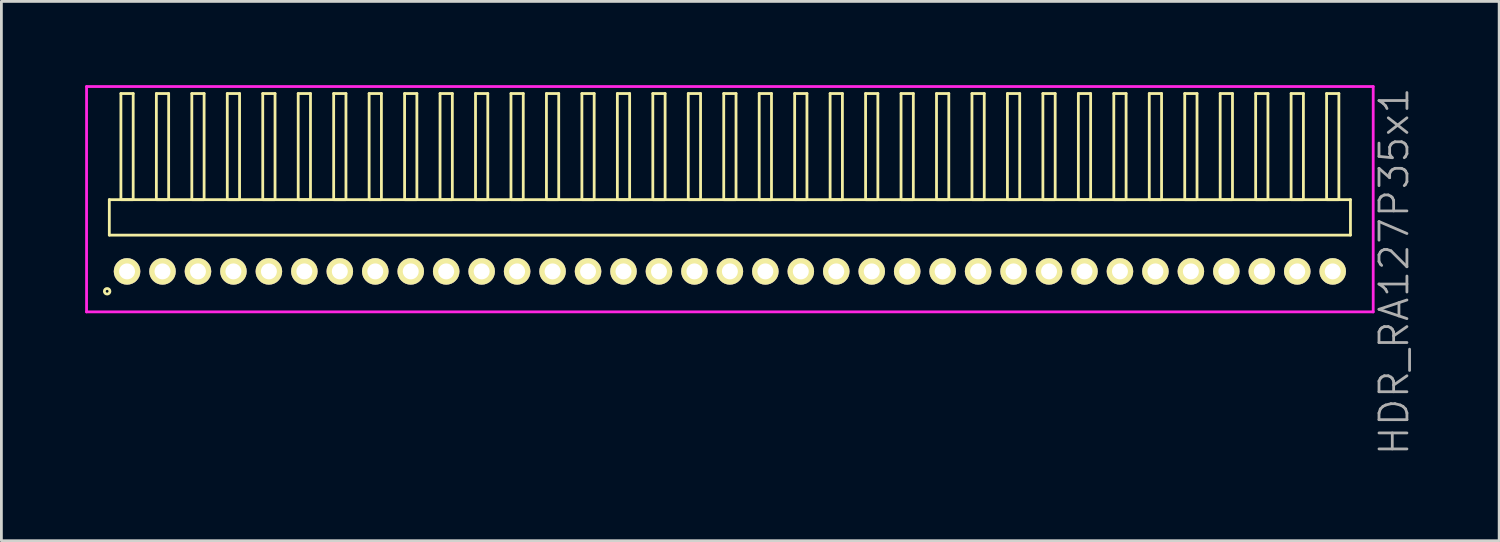
<source format=kicad_pcb>
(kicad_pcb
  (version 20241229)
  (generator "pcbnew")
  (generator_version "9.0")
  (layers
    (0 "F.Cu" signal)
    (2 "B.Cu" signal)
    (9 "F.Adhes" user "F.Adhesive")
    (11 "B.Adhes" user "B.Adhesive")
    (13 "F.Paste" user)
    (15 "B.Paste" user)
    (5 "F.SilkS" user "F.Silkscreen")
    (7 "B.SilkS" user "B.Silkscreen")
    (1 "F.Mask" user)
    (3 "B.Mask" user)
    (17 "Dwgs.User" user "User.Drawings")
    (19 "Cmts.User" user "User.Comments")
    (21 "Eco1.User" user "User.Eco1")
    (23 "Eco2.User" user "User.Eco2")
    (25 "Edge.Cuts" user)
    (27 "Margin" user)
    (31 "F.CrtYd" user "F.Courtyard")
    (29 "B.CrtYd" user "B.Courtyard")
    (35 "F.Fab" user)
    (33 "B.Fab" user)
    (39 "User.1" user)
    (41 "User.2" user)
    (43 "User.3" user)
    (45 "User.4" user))
  (footprint "HDR_RA127P35x1"
    (layer "F.Cu")
    (at 23.09 6.67)
    (property "Reference" "HDR_RA127P35x1" (at 23.79 0 90) (layer "F.Fab") (effects (font (size 1 1) (thickness 0.1))))
    (attr through_hole)
    (fp_line (start -22.225 -2.57) (end -22.225 -1.3) (stroke (width 0.1) (type solid)) (layer "F.SilkS"))
    (fp_line (start -22.225 -1.3) (end 22.225 -1.3) (stroke (width 0.1) (type solid)) (layer "F.SilkS"))
    (fp_line (start -21.81 -6.37) (end -21.81 -2.57) (stroke (width 0.1) (type solid)) (layer "F.SilkS"))
    (fp_line (start -21.81 -2.57) (end -21.37 -2.57) (stroke (width 0.1) (type solid)) (layer "F.SilkS"))
    (fp_line (start -21.37 -6.37) (end -21.81 -6.37) (stroke (width 0.1) (type solid)) (layer "F.SilkS"))
    (fp_line (start -21.37 -2.57) (end -21.37 -6.37) (stroke (width 0.1) (type solid)) (layer "F.SilkS"))
    (fp_line (start -20.54 -6.37) (end -20.54 -2.57) (stroke (width 0.1) (type solid)) (layer "F.SilkS"))
    (fp_line (start -20.54 -2.57) (end -20.1 -2.57) (stroke (width 0.1) (type solid)) (layer "F.SilkS"))
    (fp_line (start -20.1 -6.37) (end -20.54 -6.37) (stroke (width 0.1) (type solid)) (layer "F.SilkS"))
    (fp_line (start -20.1 -2.57) (end -20.1 -6.37) (stroke (width 0.1) (type solid)) (layer "F.SilkS"))
    (fp_line (start -19.27 -6.37) (end -19.27 -2.57) (stroke (width 0.1) (type solid)) (layer "F.SilkS"))
    (fp_line (start -19.27 -2.57) (end -18.83 -2.57) (stroke (width 0.1) (type solid)) (layer "F.SilkS"))
    (fp_line (start -18.83 -6.37) (end -19.27 -6.37) (stroke (width 0.1) (type solid)) (layer "F.SilkS"))
    (fp_line (start -18.83 -2.57) (end -18.83 -6.37) (stroke (width 0.1) (type solid)) (layer "F.SilkS"))
    (fp_line (start -18 -6.37) (end -18 -2.57) (stroke (width 0.1) (type solid)) (layer "F.SilkS"))
    (fp_line (start -18 -2.57) (end -17.56 -2.57) (stroke (width 0.1) (type solid)) (layer "F.SilkS"))
    (fp_line (start -17.56 -6.37) (end -18 -6.37) (stroke (width 0.1) (type solid)) (layer "F.SilkS"))
    (fp_line (start -17.56 -2.57) (end -17.56 -6.37) (stroke (width 0.1) (type solid)) (layer "F.SilkS"))
    (fp_line (start -16.73 -6.37) (end -16.73 -2.57) (stroke (width 0.1) (type solid)) (layer "F.SilkS"))
    (fp_line (start -16.73 -2.57) (end -16.29 -2.57) (stroke (width 0.1) (type solid)) (layer "F.SilkS"))
    (fp_line (start -16.29 -6.37) (end -16.73 -6.37) (stroke (width 0.1) (type solid)) (layer "F.SilkS"))
    (fp_line (start -16.29 -2.57) (end -16.29 -6.37) (stroke (width 0.1) (type solid)) (layer "F.SilkS"))
    (fp_line (start -15.46 -6.37) (end -15.46 -2.57) (stroke (width 0.1) (type solid)) (layer "F.SilkS"))
    (fp_line (start -15.46 -2.57) (end -15.02 -2.57) (stroke (width 0.1) (type solid)) (layer "F.SilkS"))
    (fp_line (start -15.02 -6.37) (end -15.46 -6.37) (stroke (width 0.1) (type solid)) (layer "F.SilkS"))
    (fp_line (start -15.02 -2.57) (end -15.02 -6.37) (stroke (width 0.1) (type solid)) (layer "F.SilkS"))
    (fp_line (start -14.19 -6.37) (end -14.19 -2.57) (stroke (width 0.1) (type solid)) (layer "F.SilkS"))
    (fp_line (start -14.19 -2.57) (end -13.75 -2.57) (stroke (width 0.1) (type solid)) (layer "F.SilkS"))
    (fp_line (start -13.75 -6.37) (end -14.19 -6.37) (stroke (width 0.1) (type solid)) (layer "F.SilkS"))
    (fp_line (start -13.75 -2.57) (end -13.75 -6.37) (stroke (width 0.1) (type solid)) (layer "F.SilkS"))
    (fp_line (start -12.92 -6.37) (end -12.92 -2.57) (stroke (width 0.1) (type solid)) (layer "F.SilkS"))
    (fp_line (start -12.92 -2.57) (end -12.48 -2.57) (stroke (width 0.1) (type solid)) (layer "F.SilkS"))
    (fp_line (start -12.48 -6.37) (end -12.92 -6.37) (stroke (width 0.1) (type solid)) (layer "F.SilkS"))
    (fp_line (start -12.48 -2.57) (end -12.48 -6.37) (stroke (width 0.1) (type solid)) (layer "F.SilkS"))
    (fp_line (start -11.65 -6.37) (end -11.65 -2.57) (stroke (width 0.1) (type solid)) (layer "F.SilkS"))
    (fp_line (start -11.65 -2.57) (end -11.21 -2.57) (stroke (width 0.1) (type solid)) (layer "F.SilkS"))
    (fp_line (start -11.21 -6.37) (end -11.65 -6.37) (stroke (width 0.1) (type solid)) (layer "F.SilkS"))
    (fp_line (start -11.21 -2.57) (end -11.21 -6.37) (stroke (width 0.1) (type solid)) (layer "F.SilkS"))
    (fp_line (start -10.38 -6.37) (end -10.38 -2.57) (stroke (width 0.1) (type solid)) (layer "F.SilkS"))
    (fp_line (start -10.38 -2.57) (end -9.94 -2.57) (stroke (width 0.1) (type solid)) (layer "F.SilkS"))
    (fp_line (start -9.94 -6.37) (end -10.38 -6.37) (stroke (width 0.1) (type solid)) (layer "F.SilkS"))
    (fp_line (start -9.94 -2.57) (end -9.94 -6.37) (stroke (width 0.1) (type solid)) (layer "F.SilkS"))
    (fp_line (start -9.11 -6.37) (end -9.11 -2.57) (stroke (width 0.1) (type solid)) (layer "F.SilkS"))
    (fp_line (start -9.11 -2.57) (end -8.67 -2.57) (stroke (width 0.1) (type solid)) (layer "F.SilkS"))
    (fp_line (start -8.67 -6.37) (end -9.11 -6.37) (stroke (width 0.1) (type solid)) (layer "F.SilkS"))
    (fp_line (start -8.67 -2.57) (end -8.67 -6.37) (stroke (width 0.1) (type solid)) (layer "F.SilkS"))
    (fp_line (start -7.84 -6.37) (end -7.84 -2.57) (stroke (width 0.1) (type solid)) (layer "F.SilkS"))
    (fp_line (start -7.84 -2.57) (end -7.4 -2.57) (stroke (width 0.1) (type solid)) (layer "F.SilkS"))
    (fp_line (start -7.4 -6.37) (end -7.84 -6.37) (stroke (width 0.1) (type solid)) (layer "F.SilkS"))
    (fp_line (start -7.4 -2.57) (end -7.4 -6.37) (stroke (width 0.1) (type solid)) (layer "F.SilkS"))
    (fp_line (start -6.57 -6.37) (end -6.57 -2.57) (stroke (width 0.1) (type solid)) (layer "F.SilkS"))
    (fp_line (start -6.57 -2.57) (end -6.13 -2.57) (stroke (width 0.1) (type solid)) (layer "F.SilkS"))
    (fp_line (start -6.13 -6.37) (end -6.57 -6.37) (stroke (width 0.1) (type solid)) (layer "F.SilkS"))
    (fp_line (start -6.13 -2.57) (end -6.13 -6.37) (stroke (width 0.1) (type solid)) (layer "F.SilkS"))
    (fp_line (start -5.3 -6.37) (end -5.3 -2.57) (stroke (width 0.1) (type solid)) (layer "F.SilkS"))
    (fp_line (start -5.3 -2.57) (end -4.86 -2.57) (stroke (width 0.1) (type solid)) (layer "F.SilkS"))
    (fp_line (start -4.86 -6.37) (end -5.3 -6.37) (stroke (width 0.1) (type solid)) (layer "F.SilkS"))
    (fp_line (start -4.86 -2.57) (end -4.86 -6.37) (stroke (width 0.1) (type solid)) (layer "F.SilkS"))
    (fp_line (start -4.03 -6.37) (end -4.03 -2.57) (stroke (width 0.1) (type solid)) (layer "F.SilkS"))
    (fp_line (start -4.03 -2.57) (end -3.59 -2.57) (stroke (width 0.1) (type solid)) (layer "F.SilkS"))
    (fp_line (start -3.59 -6.37) (end -4.03 -6.37) (stroke (width 0.1) (type solid)) (layer "F.SilkS"))
    (fp_line (start -3.59 -2.57) (end -3.59 -6.37) (stroke (width 0.1) (type solid)) (layer "F.SilkS"))
    (fp_line (start -2.76 -6.37) (end -2.76 -2.57) (stroke (width 0.1) (type solid)) (layer "F.SilkS"))
    (fp_line (start -2.76 -2.57) (end -2.32 -2.57) (stroke (width 0.1) (type solid)) (layer "F.SilkS"))
    (fp_line (start -2.32 -6.37) (end -2.76 -6.37) (stroke (width 0.1) (type solid)) (layer "F.SilkS"))
    (fp_line (start -2.32 -2.57) (end -2.32 -6.37) (stroke (width 0.1) (type solid)) (layer "F.SilkS"))
    (fp_line (start -1.49 -6.37) (end -1.49 -2.57) (stroke (width 0.1) (type solid)) (layer "F.SilkS"))
    (fp_line (start -1.49 -2.57) (end -1.05 -2.57) (stroke (width 0.1) (type solid)) (layer "F.SilkS"))
    (fp_line (start -1.05 -6.37) (end -1.49 -6.37) (stroke (width 0.1) (type solid)) (layer "F.SilkS"))
    (fp_line (start -1.05 -2.57) (end -1.05 -6.37) (stroke (width 0.1) (type solid)) (layer "F.SilkS"))
    (fp_line (start -0.22 -6.37) (end -0.22 -2.57) (stroke (width 0.1) (type solid)) (layer "F.SilkS"))
    (fp_line (start -0.22 -2.57) (end 0.22 -2.57) (stroke (width 0.1) (type solid)) (layer "F.SilkS"))
    (fp_line (start 0.22 -6.37) (end -0.22 -6.37) (stroke (width 0.1) (type solid)) (layer "F.SilkS"))
    (fp_line (start 0.22 -2.57) (end 0.22 -6.37) (stroke (width 0.1) (type solid)) (layer "F.SilkS"))
    (fp_line (start 1.05 -6.37) (end 1.05 -2.57) (stroke (width 0.1) (type solid)) (layer "F.SilkS"))
    (fp_line (start 1.05 -2.57) (end 1.49 -2.57) (stroke (width 0.1) (type solid)) (layer "F.SilkS"))
    (fp_line (start 1.49 -6.37) (end 1.05 -6.37) (stroke (width 0.1) (type solid)) (layer "F.SilkS"))
    (fp_line (start 1.49 -2.57) (end 1.49 -6.37) (stroke (width 0.1) (type solid)) (layer "F.SilkS"))
    (fp_line (start 2.32 -6.37) (end 2.32 -2.57) (stroke (width 0.1) (type solid)) (layer "F.SilkS"))
    (fp_line (start 2.32 -2.57) (end 2.76 -2.57) (stroke (width 0.1) (type solid)) (layer "F.SilkS"))
    (fp_line (start 2.76 -6.37) (end 2.32 -6.37) (stroke (width 0.1) (type solid)) (layer "F.SilkS"))
    (fp_line (start 2.76 -2.57) (end 2.76 -6.37) (stroke (width 0.1) (type solid)) (layer "F.SilkS"))
    (fp_line (start 3.59 -6.37) (end 3.59 -2.57) (stroke (width 0.1) (type solid)) (layer "F.SilkS"))
    (fp_line (start 3.59 -2.57) (end 4.03 -2.57) (stroke (width 0.1) (type solid)) (layer "F.SilkS"))
    (fp_line (start 4.03 -6.37) (end 3.59 -6.37) (stroke (width 0.1) (type solid)) (layer "F.SilkS"))
    (fp_line (start 4.03 -2.57) (end 4.03 -6.37) (stroke (width 0.1) (type solid)) (layer "F.SilkS"))
    (fp_line (start 4.86 -6.37) (end 4.86 -2.57) (stroke (width 0.1) (type solid)) (layer "F.SilkS"))
    (fp_line (start 4.86 -2.57) (end 5.3 -2.57) (stroke (width 0.1) (type solid)) (layer "F.SilkS"))
    (fp_line (start 5.3 -6.37) (end 4.86 -6.37) (stroke (width 0.1) (type solid)) (layer "F.SilkS"))
    (fp_line (start 5.3 -2.57) (end 5.3 -6.37) (stroke (width 0.1) (type solid)) (layer "F.SilkS"))
    (fp_line (start 6.13 -6.37) (end 6.13 -2.57) (stroke (width 0.1) (type solid)) (layer "F.SilkS"))
    (fp_line (start 6.13 -2.57) (end 6.57 -2.57) (stroke (width 0.1) (type solid)) (layer "F.SilkS"))
    (fp_line (start 6.57 -6.37) (end 6.13 -6.37) (stroke (width 0.1) (type solid)) (layer "F.SilkS"))
    (fp_line (start 6.57 -2.57) (end 6.57 -6.37) (stroke (width 0.1) (type solid)) (layer "F.SilkS"))
    (fp_line (start 7.4 -6.37) (end 7.4 -2.57) (stroke (width 0.1) (type solid)) (layer "F.SilkS"))
    (fp_line (start 7.4 -2.57) (end 7.84 -2.57) (stroke (width 0.1) (type solid)) (layer "F.SilkS"))
    (fp_line (start 7.84 -6.37) (end 7.4 -6.37) (stroke (width 0.1) (type solid)) (layer "F.SilkS"))
    (fp_line (start 7.84 -2.57) (end 7.84 -6.37) (stroke (width 0.1) (type solid)) (layer "F.SilkS"))
    (fp_line (start 8.67 -6.37) (end 8.67 -2.57) (stroke (width 0.1) (type solid)) (layer "F.SilkS"))
    (fp_line (start 8.67 -2.57) (end 9.11 -2.57) (stroke (width 0.1) (type solid)) (layer "F.SilkS"))
    (fp_line (start 9.11 -6.37) (end 8.67 -6.37) (stroke (width 0.1) (type solid)) (layer "F.SilkS"))
    (fp_line (start 9.11 -2.57) (end 9.11 -6.37) (stroke (width 0.1) (type solid)) (layer "F.SilkS"))
    (fp_line (start 9.94 -6.37) (end 9.94 -2.57) (stroke (width 0.1) (type solid)) (layer "F.SilkS"))
    (fp_line (start 9.94 -2.57) (end 10.38 -2.57) (stroke (width 0.1) (type solid)) (layer "F.SilkS"))
    (fp_line (start 10.38 -6.37) (end 9.94 -6.37) (stroke (width 0.1) (type solid)) (layer "F.SilkS"))
    (fp_line (start 10.38 -2.57) (end 10.38 -6.37) (stroke (width 0.1) (type solid)) (layer "F.SilkS"))
    (fp_line (start 11.21 -6.37) (end 11.21 -2.57) (stroke (width 0.1) (type solid)) (layer "F.SilkS"))
    (fp_line (start 11.21 -2.57) (end 11.65 -2.57) (stroke (width 0.1) (type solid)) (layer "F.SilkS"))
    (fp_line (start 11.65 -6.37) (end 11.21 -6.37) (stroke (width 0.1) (type solid)) (layer "F.SilkS"))
    (fp_line (start 11.65 -2.57) (end 11.65 -6.37) (stroke (width 0.1) (type solid)) (layer "F.SilkS"))
    (fp_line (start 12.48 -6.37) (end 12.48 -2.57) (stroke (width 0.1) (type solid)) (layer "F.SilkS"))
    (fp_line (start 12.48 -2.57) (end 12.92 -2.57) (stroke (width 0.1) (type solid)) (layer "F.SilkS"))
    (fp_line (start 12.92 -6.37) (end 12.48 -6.37) (stroke (width 0.1) (type solid)) (layer "F.SilkS"))
    (fp_line (start 12.92 -2.57) (end 12.92 -6.37) (stroke (width 0.1) (type solid)) (layer "F.SilkS"))
    (fp_line (start 13.75 -6.37) (end 13.75 -2.57) (stroke (width 0.1) (type solid)) (layer "F.SilkS"))
    (fp_line (start 13.75 -2.57) (end 14.19 -2.57) (stroke (width 0.1) (type solid)) (layer "F.SilkS"))
    (fp_line (start 14.19 -6.37) (end 13.75 -6.37) (stroke (width 0.1) (type solid)) (layer "F.SilkS"))
    (fp_line (start 14.19 -2.57) (end 14.19 -6.37) (stroke (width 0.1) (type solid)) (layer "F.SilkS"))
    (fp_line (start 15.02 -6.37) (end 15.02 -2.57) (stroke (width 0.1) (type solid)) (layer "F.SilkS"))
    (fp_line (start 15.02 -2.57) (end 15.46 -2.57) (stroke (width 0.1) (type solid)) (layer "F.SilkS"))
    (fp_line (start 15.46 -6.37) (end 15.02 -6.37) (stroke (width 0.1) (type solid)) (layer "F.SilkS"))
    (fp_line (start 15.46 -2.57) (end 15.46 -6.37) (stroke (width 0.1) (type solid)) (layer "F.SilkS"))
    (fp_line (start 16.29 -6.37) (end 16.29 -2.57) (stroke (width 0.1) (type solid)) (layer "F.SilkS"))
    (fp_line (start 16.29 -2.57) (end 16.73 -2.57) (stroke (width 0.1) (type solid)) (layer "F.SilkS"))
    (fp_line (start 16.73 -6.37) (end 16.29 -6.37) (stroke (width 0.1) (type solid)) (layer "F.SilkS"))
    (fp_line (start 16.73 -2.57) (end 16.73 -6.37) (stroke (width 0.1) (type solid)) (layer "F.SilkS"))
    (fp_line (start 17.56 -6.37) (end 17.56 -2.57) (stroke (width 0.1) (type solid)) (layer "F.SilkS"))
    (fp_line (start 17.56 -2.57) (end 18 -2.57) (stroke (width 0.1) (type solid)) (layer "F.SilkS"))
    (fp_line (start 18 -6.37) (end 17.56 -6.37) (stroke (width 0.1) (type solid)) (layer "F.SilkS"))
    (fp_line (start 18 -2.57) (end 18 -6.37) (stroke (width 0.1) (type solid)) (layer "F.SilkS"))
    (fp_line (start 18.83 -6.37) (end 18.83 -2.57) (stroke (width 0.1) (type solid)) (layer "F.SilkS"))
    (fp_line (start 18.83 -2.57) (end 19.27 -2.57) (stroke (width 0.1) (type solid)) (layer "F.SilkS"))
    (fp_line (start 19.27 -6.37) (end 18.83 -6.37) (stroke (width 0.1) (type solid)) (layer "F.SilkS"))
    (fp_line (start 19.27 -2.57) (end 19.27 -6.37) (stroke (width 0.1) (type solid)) (layer "F.SilkS"))
    (fp_line (start 20.1 -6.37) (end 20.1 -2.57) (stroke (width 0.1) (type solid)) (layer "F.SilkS"))
    (fp_line (start 20.1 -2.57) (end 20.54 -2.57) (stroke (width 0.1) (type solid)) (layer "F.SilkS"))
    (fp_line (start 20.54 -6.37) (end 20.1 -6.37) (stroke (width 0.1) (type solid)) (layer "F.SilkS"))
    (fp_line (start 20.54 -2.57) (end 20.54 -6.37) (stroke (width 0.1) (type solid)) (layer "F.SilkS"))
    (fp_line (start 21.37 -6.37) (end 21.37 -2.57) (stroke (width 0.1) (type solid)) (layer "F.SilkS"))
    (fp_line (start 21.37 -2.57) (end 21.81 -2.57) (stroke (width 0.1) (type solid)) (layer "F.SilkS"))
    (fp_line (start 21.81 -6.37) (end 21.37 -6.37) (stroke (width 0.1) (type solid)) (layer "F.SilkS"))
    (fp_line (start 21.81 -2.57) (end 21.81 -6.37) (stroke (width 0.1) (type solid)) (layer "F.SilkS"))
    (fp_line (start 22.225 -2.57) (end -22.225 -2.57) (stroke (width 0.1) (type solid)) (layer "F.SilkS"))
    (fp_line (start 22.225 -1.3) (end 22.225 -2.57) (stroke (width 0.1) (type solid)) (layer "F.SilkS"))
    (fp_circle (center -22.303 0.712) (end -22.203 0.712) (stroke (width 0.1) (type solid)) (fill no) (layer "F.SilkS"))
    (fp_line (start -23.04 -6.62) (end -23.04 1.45) (stroke (width 0.1) (type solid)) (layer "F.CrtYd"))
    (fp_line (start -23.04 1.45) (end 23.04 1.45) (stroke (width 0.1) (type solid)) (layer "F.CrtYd"))
    (fp_line (start 23.04 -6.62) (end -23.04 -6.62) (stroke (width 0.1) (type solid)) (layer "F.CrtYd"))
    (fp_line (start 23.04 1.45) (end 23.04 -6.62) (stroke (width 0.1) (type solid)) (layer "F.CrtYd"))
    (pad "1" thru_hole oval (at -21.59 0) (size 0.95 0.95) (drill 0.57) (layers "*.Cu" "*.Mask" "F.SilkS"))
    (pad "2" thru_hole oval (at -20.32 0) (size 0.95 0.95) (drill 0.57) (layers "*.Cu" "*.Mask" "F.SilkS"))
    (pad "3" thru_hole oval (at -19.05 0) (size 0.95 0.95) (drill 0.57) (layers "*.Cu" "*.Mask" "F.SilkS"))
    (pad "4" thru_hole oval (at -17.78 0) (size 0.95 0.95) (drill 0.57) (layers "*.Cu" "*.Mask" "F.SilkS"))
    (pad "5" thru_hole oval (at -16.51 0) (size 0.95 0.95) (drill 0.57) (layers "*.Cu" "*.Mask" "F.SilkS"))
    (pad "6" thru_hole oval (at -15.24 0) (size 0.95 0.95) (drill 0.57) (layers "*.Cu" "*.Mask" "F.SilkS"))
    (pad "7" thru_hole oval (at -13.97 0) (size 0.95 0.95) (drill 0.57) (layers "*.Cu" "*.Mask" "F.SilkS"))
    (pad "8" thru_hole oval (at -12.7 0) (size 0.95 0.95) (drill 0.57) (layers "*.Cu" "*.Mask" "F.SilkS"))
    (pad "9" thru_hole oval (at -11.43 0) (size 0.95 0.95) (drill 0.57) (layers "*.Cu" "*.Mask" "F.SilkS"))
    (pad "10" thru_hole oval (at -10.16 0) (size 0.95 0.95) (drill 0.57) (layers "*.Cu" "*.Mask" "F.SilkS"))
    (pad "11" thru_hole oval (at -8.89 0) (size 0.95 0.95) (drill 0.57) (layers "*.Cu" "*.Mask" "F.SilkS"))
    (pad "12" thru_hole oval (at -7.62 0) (size 0.95 0.95) (drill 0.57) (layers "*.Cu" "*.Mask" "F.SilkS"))
    (pad "13" thru_hole oval (at -6.35 0) (size 0.95 0.95) (drill 0.57) (layers "*.Cu" "*.Mask" "F.SilkS"))
    (pad "14" thru_hole oval (at -5.08 0) (size 0.95 0.95) (drill 0.57) (layers "*.Cu" "*.Mask" "F.SilkS"))
    (pad "15" thru_hole oval (at -3.81 0) (size 0.95 0.95) (drill 0.57) (layers "*.Cu" "*.Mask" "F.SilkS"))
    (pad "16" thru_hole oval (at -2.54 0) (size 0.95 0.95) (drill 0.57) (layers "*.Cu" "*.Mask" "F.SilkS"))
    (pad "17" thru_hole oval (at -1.27 0) (size 0.95 0.95) (drill 0.57) (layers "*.Cu" "*.Mask" "F.SilkS"))
    (pad "18" thru_hole oval (at 0 0) (size 0.95 0.95) (drill 0.57) (layers "*.Cu" "*.Mask" "F.SilkS"))
    (pad "19" thru_hole oval (at 1.27 0) (size 0.95 0.95) (drill 0.57) (layers "*.Cu" "*.Mask" "F.SilkS"))
    (pad "20" thru_hole oval (at 2.54 0) (size 0.95 0.95) (drill 0.57) (layers "*.Cu" "*.Mask" "F.SilkS"))
    (pad "21" thru_hole oval (at 3.81 0) (size 0.95 0.95) (drill 0.57) (layers "*.Cu" "*.Mask" "F.SilkS"))
    (pad "22" thru_hole oval (at 5.08 0) (size 0.95 0.95) (drill 0.57) (layers "*.Cu" "*.Mask" "F.SilkS"))
    (pad "23" thru_hole oval (at 6.35 0) (size 0.95 0.95) (drill 0.57) (layers "*.Cu" "*.Mask" "F.SilkS"))
    (pad "24" thru_hole oval (at 7.62 0) (size 0.95 0.95) (drill 0.57) (layers "*.Cu" "*.Mask" "F.SilkS"))
    (pad "25" thru_hole oval (at 8.89 0) (size 0.95 0.95) (drill 0.57) (layers "*.Cu" "*.Mask" "F.SilkS"))
    (pad "26" thru_hole oval (at 10.16 0) (size 0.95 0.95) (drill 0.57) (layers "*.Cu" "*.Mask" "F.SilkS"))
    (pad "27" thru_hole oval (at 11.43 0) (size 0.95 0.95) (drill 0.57) (layers "*.Cu" "*.Mask" "F.SilkS"))
    (pad "28" thru_hole oval (at 12.7 0) (size 0.95 0.95) (drill 0.57) (layers "*.Cu" "*.Mask" "F.SilkS"))
    (pad "29" thru_hole oval (at 13.97 0) (size 0.95 0.95) (drill 0.57) (layers "*.Cu" "*.Mask" "F.SilkS"))
    (pad "30" thru_hole oval (at 15.24 0) (size 0.95 0.95) (drill 0.57) (layers "*.Cu" "*.Mask" "F.SilkS"))
    (pad "31" thru_hole oval (at 16.51 0) (size 0.95 0.95) (drill 0.57) (layers "*.Cu" "*.Mask" "F.SilkS"))
    (pad "32" thru_hole oval (at 17.78 0) (size 0.95 0.95) (drill 0.57) (layers "*.Cu" "*.Mask" "F.SilkS"))
    (pad "33" thru_hole oval (at 19.05 0) (size 0.95 0.95) (drill 0.57) (layers "*.Cu" "*.Mask" "F.SilkS"))
    (pad "34" thru_hole oval (at 20.32 0) (size 0.95 0.95) (drill 0.57) (layers "*.Cu" "*.Mask" "F.SilkS"))
    (pad "35" thru_hole oval (at 21.59 0) (size 0.95 0.95) (drill 0.57) (layers "*.Cu" "*.Mask" "F.SilkS")))
  (gr_rect
    (start -3 -3)
    (end 50.641 16.315)
    (stroke (width 0.1) (type default))
    (fill no)
    (layer "Edge.Cuts")))
</source>
